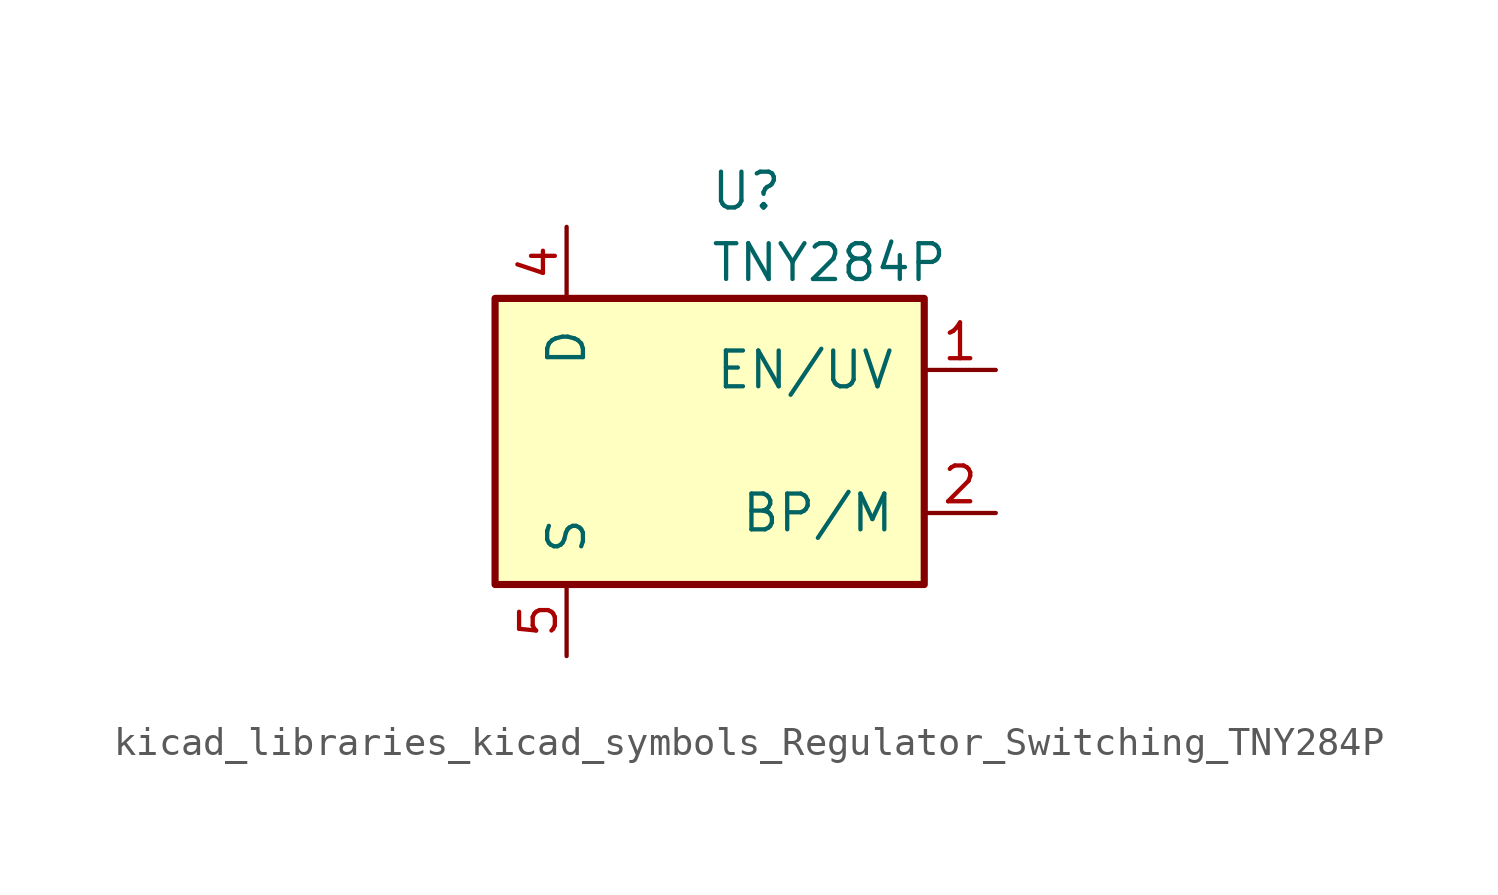
<source format=kicad_sym>
(kicad_symbol_lib
  (version 20220914)
  (generator kicad_symbol_editor)
  (symbol "kicad_libraries_kicad_symbols_Regulator_Switching_TNY284P"
    (pin_names
      (offset 1.016))
    (property "Reference" "U"
      (at 0 8.89 0)
      (effects (font (size 1.27 1.27)) (justify left)))
    (property "Value" "TNY284P"
      (at 0 6.35 0)
      (effects (font (size 1.27 1.27)) (justify left)))
    (symbol "kicad_libraries_kicad_symbols_Regulator_Switching_TNY284P_0_1"
      (rectangle (start -7.62 5.08) (end 7.62 -5.08) (stroke (width 0.254) (type default)) (fill (type background))))
    (symbol "kicad_libraries_kicad_symbols_Regulator_Switching_TNY284P_1_1"
      (pin input line (at 10.16 2.54 180) (length 2.54) (name "EN/UV" (effects (font (size 1.27 1.27)))) (number "1" (effects (font (size 1.27 1.27)))))
      (pin input line (at 10.16 -2.54 180) (length 2.54) (name "BP/M" (effects (font (size 1.27 1.27)))) (number "2" (effects (font (size 1.27 1.27)))))
      (pin open_collector line (at -5.08 7.62 270) (length 2.54) (name "D" (effects (font (size 1.27 1.27)))) (number "4" (effects (font (size 1.27 1.27)))))
      (pin power_in line (at -5.08 -7.62 90) (length 2.54) (name "S" (effects (font (size 1.27 1.27)))) (number "5" (effects (font (size 1.27 1.27)))))
      (pin passive line (at -5.08 -7.62 90) (length 2.54) hide (name "S" (effects (font (size 1.27 1.27)))) (number "6" (effects (font (size 1.27 1.27)))))
      (pin passive line (at -5.08 -7.62 90) (length 2.54) hide (name "S" (effects (font (size 1.27 1.27)))) (number "7" (effects (font (size 1.27 1.27)))))
      (pin passive line (at -5.08 -7.62 90) (length 2.54) hide (name "S" (effects (font (size 1.27 1.27)))) (number "8" (effects (font (size 1.27 1.27))))))))
</source>
